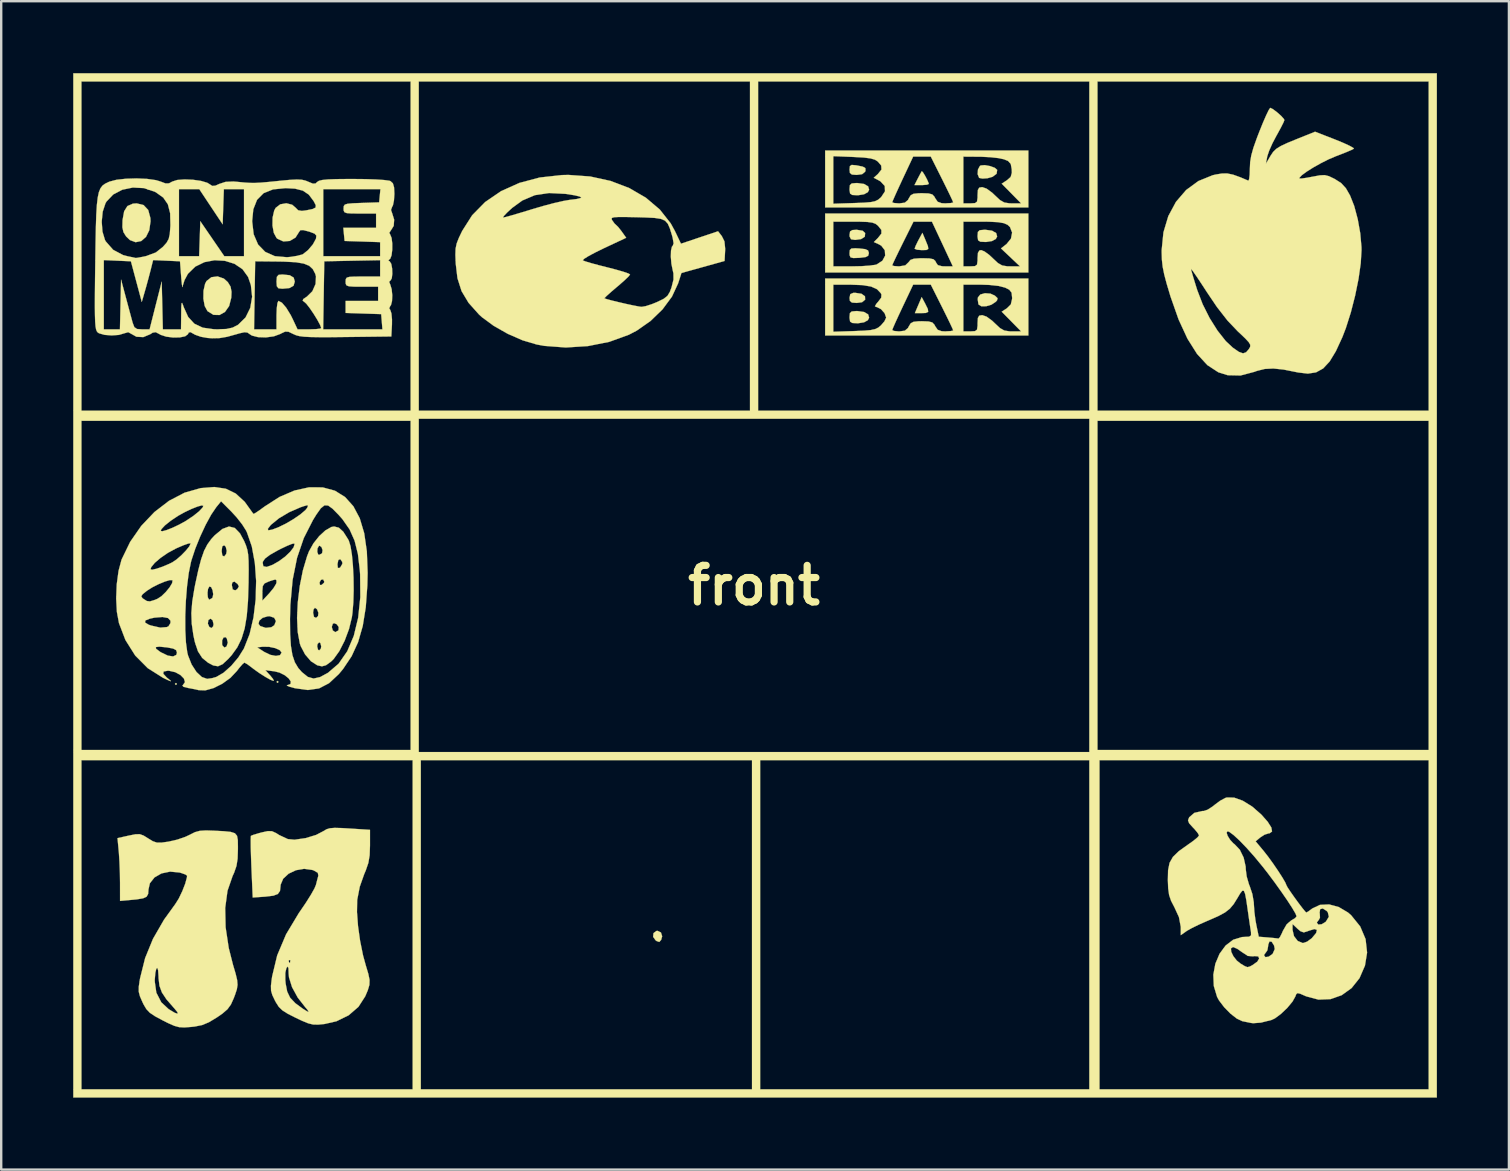
<source format=kicad_pcb>
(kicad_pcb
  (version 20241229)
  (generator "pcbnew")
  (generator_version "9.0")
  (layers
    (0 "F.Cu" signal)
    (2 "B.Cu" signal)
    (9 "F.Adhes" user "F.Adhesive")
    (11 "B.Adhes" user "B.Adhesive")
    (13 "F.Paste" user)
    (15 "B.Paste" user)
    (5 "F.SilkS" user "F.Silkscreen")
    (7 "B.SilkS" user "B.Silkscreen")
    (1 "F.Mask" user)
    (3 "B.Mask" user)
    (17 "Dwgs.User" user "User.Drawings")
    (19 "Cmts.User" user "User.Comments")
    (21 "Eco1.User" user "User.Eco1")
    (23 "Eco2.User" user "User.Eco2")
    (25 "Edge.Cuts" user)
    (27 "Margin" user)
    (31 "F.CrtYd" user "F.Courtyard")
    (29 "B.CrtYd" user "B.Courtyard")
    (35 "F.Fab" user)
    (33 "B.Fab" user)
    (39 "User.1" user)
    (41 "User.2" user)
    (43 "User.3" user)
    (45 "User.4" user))
  (footprint "front"
    (layer "F.Cu")
    (at 28.368 21.341)
    (property "Reference" "front" (at 0 0 0) (layer "F.SilkS") (effects (font (size 1.524 1.524) (thickness 0.3))))
    (attr through_hole)
    (fp_poly (pts (xy -24.045 4.106) (xy -24.088 4.149) (xy -24.13 4.106) (xy -24.088 4.064) (xy -24.045 4.106)) (stroke (width 0.01) (type solid)) (fill yes) (layer "F.SilkS"))
    (fp_poly (pts (xy -19.812 4.022) (xy -19.854 4.064) (xy -19.897 4.022) (xy -19.854 3.979) (xy -19.812 4.022)) (stroke (width 0.01) (type solid)) (fill yes) (layer "F.SilkS"))
    (fp_poly (pts (xy 7.13 -11.742) (xy 7.242 -11.514) (xy 7.255 -11.396) (xy 7.157 -11.351) (xy 6.991 -11.345) (xy 6.701 -11.345) (xy 6.843 -11.679) (xy 6.985 -12.012) (xy 7.13 -11.742)) (stroke (width 0.01) (type solid)) (fill yes) (layer "F.SilkS"))
    (fp_poly (pts (xy -3.879 14.461) (xy -3.828 14.62) (xy -3.87 14.77) (xy -3.948 14.857) (xy -4.06 14.818) (xy -4.103 14.787) (xy -4.205 14.642) (xy -4.19 14.49) (xy -4.072 14.399) (xy -4.022 14.393) (xy -3.879 14.461)) (stroke (width 0.01) (type solid)) (fill yes) (layer "F.SilkS"))
    (fp_poly (pts (xy 4.478 -12.151) (xy 4.623 -12.045) (xy 4.629 -11.904) (xy 4.5 -11.798) (xy 4.278 -11.769) (xy 4.077 -11.784) (xy 3.994 -11.854) (xy 3.979 -11.98) (xy 4.01 -12.136) (xy 4.135 -12.188) (xy 4.212 -12.191) (xy 4.478 -12.151)) (stroke (width 0.01) (type solid)) (fill yes) (layer "F.SilkS"))
    (fp_poly (pts (xy 4.529 -14.776) (xy 4.629 -14.681) (xy 4.616 -14.53) (xy 4.461 -14.429) (xy 4.212 -14.395) (xy 4.041 -14.421) (xy 3.982 -14.535) (xy 3.979 -14.605) (xy 4.001 -14.748) (xy 4.1 -14.806) (xy 4.278 -14.817) (xy 4.529 -14.776)) (stroke (width 0.01) (type solid)) (fill yes) (layer "F.SilkS"))
    (fp_poly (pts (xy -19.346 -12.923) (xy -19.181 -12.824) (xy -19.135 -12.658) (xy -19.188 -12.483) (xy -19.36 -12.388) (xy -19.65 -12.361) (xy -19.816 -12.379) (xy -19.884 -12.464) (xy -19.897 -12.658) (xy -19.882 -12.857) (xy -19.811 -12.939) (xy -19.65 -12.954) (xy -19.346 -12.923)) (stroke (width 0.01) (type solid)) (fill yes) (layer "F.SilkS"))
    (fp_poly (pts (xy 4.255 -17.503) (xy 4.286 -17.498) (xy 4.531 -17.448) (xy 4.639 -17.386) (xy 4.645 -17.286) (xy 4.627 -17.233) (xy 4.502 -17.133) (xy 4.278 -17.103) (xy 4.077 -17.118) (xy 3.994 -17.187) (xy 3.979 -17.325) (xy 3.994 -17.47) (xy 4.069 -17.52) (xy 4.255 -17.503)) (stroke (width 0.01) (type solid)) (fill yes) (layer "F.SilkS"))
    (fp_poly (pts (xy 7.037 -17.213) (xy 7.123 -17.074) (xy 7.213 -16.904) (xy 7.273 -16.764) (xy 7.281 -16.726) (xy 7.207 -16.695) (xy 7.023 -16.68) (xy 6.983 -16.679) (xy 6.684 -16.679) (xy 6.824 -16.954) (xy 6.923 -17.143) (xy 6.985 -17.252) (xy 6.99 -17.259) (xy 7.037 -17.213)) (stroke (width 0.01) (type solid)) (fill yes) (layer "F.SilkS"))
    (fp_poly (pts (xy 7.148 -14.375) (xy 7.244 -14.138) (xy 7.261 -14.018) (xy 7.181 -13.975) (xy 6.99 -13.97) (xy 6.985 -13.97) (xy 6.79 -13.986) (xy 6.694 -14.025) (xy 6.692 -14.034) (xy 6.731 -14.143) (xy 6.824 -14.335) (xy 6.855 -14.393) (xy 7.015 -14.69) (xy 7.148 -14.375)) (stroke (width 0.01) (type solid)) (fill yes) (layer "F.SilkS"))
    (fp_poly (pts (xy 9.849 -12.157) (xy 10.033 -12.074) (xy 10.147 -11.967) (xy 10.125 -11.875) (xy 10.074 -11.818) (xy 9.889 -11.695) (xy 9.667 -11.629) (xy 9.468 -11.63) (xy 9.353 -11.705) (xy 9.35 -11.711) (xy 9.32 -11.91) (xy 9.328 -11.997) (xy 9.426 -12.119) (xy 9.62 -12.174) (xy 9.849 -12.157)) (stroke (width 0.01) (type solid)) (fill yes) (layer "F.SilkS"))
    (fp_poly (pts (xy 4.584 -16.726) (xy 4.755 -16.626) (xy 4.795 -16.485) (xy 4.741 -16.383) (xy 4.584 -16.296) (xy 4.337 -16.256) (xy 4.308 -16.256) (xy 4.095 -16.267) (xy 4.002 -16.325) (xy 3.98 -16.468) (xy 3.979 -16.51) (xy 3.993 -16.675) (xy 4.068 -16.747) (xy 4.253 -16.764) (xy 4.308 -16.764) (xy 4.584 -16.726)) (stroke (width 0.01) (type solid)) (fill yes) (layer "F.SilkS"))
    (fp_poly (pts (xy 4.584 -11.392) (xy 4.755 -11.292) (xy 4.795 -11.151) (xy 4.741 -11.049) (xy 4.584 -10.962) (xy 4.337 -10.922) (xy 4.308 -10.922) (xy 4.095 -10.933) (xy 4.002 -10.991) (xy 3.98 -11.134) (xy 3.979 -11.176) (xy 3.993 -11.341) (xy 4.068 -11.413) (xy 4.253 -11.43) (xy 4.308 -11.43) (xy 4.584 -11.392)) (stroke (width 0.01) (type solid)) (fill yes) (layer "F.SilkS"))
    (fp_poly (pts (xy 9.835 -17.471) (xy 10.031 -17.399) (xy 10.131 -17.313) (xy 10.131 -17.313) (xy 10.106 -17.15) (xy 9.937 -17.024) (xy 9.73 -16.965) (xy 9.518 -16.95) (xy 9.384 -16.977) (xy 9.377 -16.982) (xy 9.316 -17.135) (xy 9.33 -17.328) (xy 9.409 -17.475) (xy 9.445 -17.497) (xy 9.615 -17.511) (xy 9.835 -17.471)) (stroke (width 0.01) (type solid)) (fill yes) (layer "F.SilkS"))
    (fp_poly (pts (xy 9.918 -14.779) (xy 10.089 -14.679) (xy 10.129 -14.537) (xy 10.075 -14.436) (xy 9.918 -14.348) (xy 9.671 -14.309) (xy 9.642 -14.309) (xy 9.429 -14.32) (xy 9.336 -14.378) (xy 9.314 -14.521) (xy 9.313 -14.563) (xy 9.327 -14.727) (xy 9.402 -14.799) (xy 9.587 -14.816) (xy 9.642 -14.817) (xy 9.918 -14.779)) (stroke (width 0.01) (type solid)) (fill yes) (layer "F.SilkS"))
    (fp_poly (pts (xy 4.381 -14.038) (xy 4.629 -14.011) (xy 4.75 -13.957) (xy 4.783 -13.857) (xy 4.784 -13.843) (xy 4.757 -13.737) (xy 4.647 -13.679) (xy 4.415 -13.65) (xy 4.381 -13.648) (xy 4.139 -13.639) (xy 4.021 -13.667) (xy 3.983 -13.753) (xy 3.979 -13.843) (xy 3.991 -13.975) (xy 4.056 -14.036) (xy 4.218 -14.047) (xy 4.381 -14.038)) (stroke (width 0.01) (type solid)) (fill yes) (layer "F.SilkS"))
    (fp_poly (pts (xy -25.435 -15.847) (xy -25.242 -15.641) (xy -25.152 -15.307) (xy -25.146 -15.167) (xy -25.198 -14.798) (xy -25.335 -14.52) (xy -25.533 -14.348) (xy -25.766 -14.299) (xy -26.006 -14.389) (xy -26.164 -14.541) (xy -26.275 -14.719) (xy -26.319 -14.92) (xy -26.312 -15.214) (xy -26.31 -15.232) (xy -26.245 -15.588) (xy -26.109 -15.806) (xy -25.883 -15.905) (xy -25.722 -15.917) (xy -25.435 -15.847)) (stroke (width 0.01) (type solid)) (fill yes) (layer "F.SilkS"))
    (fp_poly (pts (xy -22.091 -12.784) (xy -21.926 -12.636) (xy -21.811 -12.448) (xy -21.771 -12.234) (xy -21.782 -11.986) (xy -21.871 -11.64) (xy -22.044 -11.394) (xy -22.271 -11.266) (xy -22.523 -11.272) (xy -22.772 -11.427) (xy -22.775 -11.43) (xy -22.889 -11.641) (xy -22.944 -11.945) (xy -22.939 -12.276) (xy -22.872 -12.569) (xy -22.813 -12.681) (xy -22.61 -12.841) (xy -22.352 -12.874) (xy -22.091 -12.784)) (stroke (width 0.01) (type solid)) (fill yes) (layer "F.SilkS"))
    (fp_poly (pts (xy 28.448 21.336) (xy -28.363 21.336) (xy -28.363 7.281) (xy -28.025 7.281) (xy -28.025 20.997) (xy -14.224 20.997) (xy -14.224 7.281) (xy -13.885 7.281) (xy -13.885 20.997) (xy -0.085 20.997) (xy -0.085 7.281) (xy 0.254 7.281) (xy 0.254 20.997) (xy 13.97 20.997) (xy 13.97 7.281) (xy 14.393 7.281) (xy 14.393 20.997) (xy 28.109 20.997) (xy 28.109 7.281) (xy 14.393 7.281) (xy 13.97 7.281) (xy 0.254 7.281) (xy -0.085 7.281) (xy -13.885 7.281) (xy -14.224 7.281) (xy -28.025 7.281) (xy -28.363 7.281) (xy -28.363 -6.858) (xy -28.025 -6.858) (xy -28.025 6.858) (xy -14.309 6.858) (xy -14.309 -6.858) (xy -28.025 -6.858) (xy -28.363 -6.858) (xy -28.363 -6.943) (xy -13.97 -6.943) (xy -13.97 6.943) (xy 13.97 6.943) (xy 13.97 -6.858) (xy 14.309 -6.858) (xy 14.309 6.858) (xy 28.109 6.858) (xy 28.109 -6.858) (xy 14.309 -6.858) (xy 13.97 -6.858) (xy 13.97 -6.943) (xy -13.97 -6.943) (xy -28.363 -6.943) (xy -28.363 -20.997) (xy -28.025 -20.997) (xy -28.025 -7.281) (xy -14.309 -7.281) (xy -14.309 -20.997) (xy -13.97 -20.997) (xy -13.97 -7.281) (xy -0.169 -7.281) (xy -0.169 -20.997) (xy 0.169 -20.997) (xy 0.169 -7.281) (xy 13.97 -7.281) (xy 13.97 -20.997) (xy 14.309 -20.997) (xy 14.309 -7.281) (xy 28.109 -7.281) (xy 28.109 -20.997) (xy 14.309 -20.997) (xy 13.97 -20.997) (xy 0.169 -20.997) (xy -0.169 -20.997) (xy -13.97 -20.997) (xy -14.309 -20.997) (xy -28.025 -20.997) (xy -28.363 -20.997) (xy -28.363 -21.336) (xy 28.448 -21.336) (xy 28.448 21.336)) (stroke (width 0.01) (type solid)) (fill yes) (layer "F.SilkS"))
    (fp_poly (pts (xy 11.43 -13.039) (xy 2.963 -13.039) (xy 2.963 -15.155) (xy 3.302 -15.155) (xy 3.302 -13.293) (xy 4.101 -13.293) (xy 4.477 -13.301) (xy 4.81 -13.324) (xy 4.886 -13.334) (xy 5.757 -13.334) (xy 5.832 -13.307) (xy 6.015 -13.293) (xy 6.051 -13.293) (xy 6.302 -13.335) (xy 6.435 -13.462) (xy 6.517 -13.561) (xy 6.661 -13.612) (xy 6.913 -13.63) (xy 7.025 -13.631) (xy 7.313 -13.623) (xy 7.475 -13.589) (xy 7.555 -13.516) (xy 7.578 -13.462) (xy 7.659 -13.344) (xy 7.835 -13.297) (xy 7.957 -13.293) (xy 8.283 -13.293) (xy 7.848 -14.224) (xy 7.412 -15.155) (xy 8.721 -15.155) (xy 8.721 -13.293) (xy 9.017 -13.293) (xy 9.207 -13.303) (xy 9.291 -13.366) (xy 9.313 -13.531) (xy 9.313 -13.631) (xy 9.329 -13.856) (xy 9.39 -13.955) (xy 9.465 -13.97) (xy 9.606 -13.912) (xy 9.806 -13.765) (xy 9.948 -13.631) (xy 10.162 -13.431) (xy 10.339 -13.33) (xy 10.551 -13.295) (xy 10.68 -13.293) (xy 11.081 -13.293) (xy 10.685 -13.667) (xy 10.289 -14.041) (xy 10.521 -14.223) (xy 10.705 -14.449) (xy 10.753 -14.7) (xy 10.664 -14.93) (xy 10.564 -15.024) (xy 10.41 -15.092) (xy 10.165 -15.134) (xy 9.797 -15.153) (xy 9.548 -15.155) (xy 8.721 -15.155) (xy 7.412 -15.155) (xy 6.643 -15.155) (xy 6.2 -14.265) (xy 6.027 -13.914) (xy 5.885 -13.62) (xy 5.79 -13.416) (xy 5.757 -13.334) (xy 4.886 -13.334) (xy 5.048 -13.356) (xy 5.112 -13.373) (xy 5.349 -13.529) (xy 5.463 -13.74) (xy 5.449 -13.963) (xy 5.302 -14.153) (xy 5.204 -14.21) (xy 4.993 -14.306) (xy 5.163 -14.477) (xy 5.306 -14.658) (xy 5.305 -14.81) (xy 5.165 -14.986) (xy 5.064 -15.065) (xy 4.93 -15.115) (xy 4.724 -15.143) (xy 4.409 -15.154) (xy 4.149 -15.155) (xy 3.302 -15.155) (xy 2.963 -15.155) (xy 2.963 -15.494) (xy 11.43 -15.494) (xy 11.43 -13.039)) (stroke (width 0.01) (type solid)) (fill yes) (layer "F.SilkS"))
    (fp_poly (pts (xy -21.635 -2.393) (xy -21.418 -2.167) (xy -21.244 -1.845) (xy -21.166 -1.658) (xy -21.112 -1.482) (xy -21.078 -1.282) (xy -21.061 -1.022) (xy -21.056 -0.667) (xy -21.061 -0.181) (xy -21.061 -0.127) (xy -21.085 0.647) (xy -21.137 1.278) (xy -21.224 1.794) (xy -21.353 2.219) (xy -21.53 2.58) (xy -21.763 2.904) (xy -21.912 3.069) (xy -22.145 3.284) (xy -22.335 3.37) (xy -22.535 3.335) (xy -22.75 3.221) (xy -22.993 3.022) (xy -23.17 2.747) (xy -23.268 2.456) (xy -22.164 2.456) (xy -22.15 2.503) (xy -22.068 2.59) (xy -21.979 2.545) (xy -21.93 2.398) (xy -21.929 2.371) (xy -21.969 2.21) (xy -22.014 2.159) (xy -22.105 2.172) (xy -22.163 2.291) (xy -22.164 2.456) (xy -23.268 2.456) (xy -23.3 2.358) (xy -23.36 2.078) (xy -23.428 1.604) (xy -23.429 1.59) (xy -22.758 1.59) (xy -22.697 1.731) (xy -22.609 1.778) (xy -22.537 1.707) (xy -22.521 1.614) (xy -22.56 1.452) (xy -22.648 1.386) (xy -22.735 1.442) (xy -22.758 1.59) (xy -23.429 1.59) (xy -23.445 1.156) (xy -23.408 0.677) (xy -23.35 0.325) (xy -22.773 0.325) (xy -22.759 0.496) (xy -22.709 0.59) (xy -22.696 0.593) (xy -22.582 0.531) (xy -22.561 0.503) (xy -22.534 0.369) (xy -22.56 0.203) (xy -22.619 0.073) (xy -22.693 0.044) (xy -22.693 0.044) (xy -22.751 0.15) (xy -22.773 0.325) (xy -23.35 0.325) (xy -23.315 0.11) (xy -23.29 -0.014) (xy -21.759 -0.014) (xy -21.721 0.169) (xy -21.617 0.206) (xy -21.533 0.157) (xy -21.464 0.043) (xy -21.515 -0.054) (xy -21.652 -0.161) (xy -21.74 -0.12) (xy -21.759 -0.014) (xy -23.29 -0.014) (xy -23.282 -0.054) (xy -23.155 -0.64) (xy -23.037 -1.09) (xy -22.916 -1.434) (xy -22.914 -1.439) (xy -22.183 -1.439) (xy -22.155 -1.245) (xy -22.077 -1.206) (xy -21.994 -1.309) (xy -21.971 -1.439) (xy -22.011 -1.607) (xy -22.077 -1.672) (xy -22.157 -1.628) (xy -22.183 -1.439) (xy -22.914 -1.439) (xy -22.78 -1.703) (xy -22.616 -1.93) (xy -22.47 -2.088) (xy -22.151 -2.352) (xy -21.877 -2.454) (xy -21.635 -2.393)) (stroke (width 0.01) (type solid)) (fill yes) (layer "F.SilkS"))
    (fp_poly (pts (xy 11.43 -15.748) (xy 2.963 -15.748) (xy 2.963 -15.902) (xy 3.302 -15.902) (xy 4.189 -15.931) (xy 4.592 -15.947) (xy 4.775 -15.962) (xy 5.757 -15.962) (xy 5.832 -15.933) (xy 6.015 -15.918) (xy 6.055 -15.917) (xy 6.283 -15.947) (xy 6.413 -16.058) (xy 6.45 -16.129) (xy 6.527 -16.254) (xy 6.645 -16.317) (xy 6.855 -16.339) (xy 7 -16.341) (xy 7.272 -16.331) (xy 7.427 -16.29) (xy 7.516 -16.197) (xy 7.551 -16.129) (xy 7.652 -15.984) (xy 7.817 -15.925) (xy 7.972 -15.917) (xy 8.721 -15.917) (xy 9.017 -15.917) (xy 9.207 -15.928) (xy 9.291 -15.991) (xy 9.313 -16.156) (xy 9.313 -16.256) (xy 9.326 -16.475) (xy 9.381 -16.572) (xy 9.506 -16.595) (xy 9.508 -16.595) (xy 9.69 -16.531) (xy 9.924 -16.36) (xy 10.033 -16.256) (xy 10.249 -16.054) (xy 10.428 -15.953) (xy 10.641 -15.919) (xy 10.745 -15.917) (xy 11.127 -15.917) (xy 10.723 -16.328) (xy 10.319 -16.738) (xy 10.541 -16.883) (xy 10.692 -17.017) (xy 10.741 -17.19) (xy 10.736 -17.341) (xy 10.696 -17.56) (xy 10.586 -17.682) (xy 10.414 -17.754) (xy 10.186 -17.803) (xy 9.855 -17.84) (xy 9.484 -17.859) (xy 9.419 -17.86) (xy 8.721 -17.865) (xy 8.721 -15.917) (xy 7.972 -15.917) (xy 8.179 -15.927) (xy 8.291 -15.953) (xy 8.297 -15.961) (xy 8.262 -16.049) (xy 8.164 -16.258) (xy 8.019 -16.556) (xy 7.842 -16.914) (xy 7.831 -16.935) (xy 7.365 -17.865) (xy 6.629 -17.865) (xy 6.193 -16.936) (xy 6.025 -16.574) (xy 5.887 -16.27) (xy 5.793 -16.056) (xy 5.757 -15.963) (xy 5.757 -15.962) (xy 4.775 -15.962) (xy 4.864 -15.969) (xy 5.043 -16.007) (xy 5.17 -16.069) (xy 5.281 -16.164) (xy 5.299 -16.182) (xy 5.456 -16.42) (xy 5.446 -16.641) (xy 5.271 -16.831) (xy 5.197 -16.875) (xy 4.987 -16.985) (xy 5.161 -17.141) (xy 5.309 -17.326) (xy 5.299 -17.493) (xy 5.159 -17.658) (xy 5.038 -17.737) (xy 4.857 -17.79) (xy 4.581 -17.826) (xy 4.173 -17.849) (xy 4.143 -17.851) (xy 3.302 -17.884) (xy 3.302 -15.902) (xy 2.963 -15.902) (xy 2.963 -18.119) (xy 11.43 -18.119) (xy 11.43 -15.748)) (stroke (width 0.01) (type solid)) (fill yes) (layer "F.SilkS"))
    (fp_poly (pts (xy 11.43 -10.414) (xy 2.963 -10.414) (xy 2.963 -10.568) (xy 3.302 -10.568) (xy 4.184 -10.597) (xy 4.59 -10.614) (xy 4.862 -10.638) (xy 5.757 -10.638) (xy 5.832 -10.602) (xy 6.015 -10.584) (xy 6.055 -10.583) (xy 6.283 -10.613) (xy 6.413 -10.724) (xy 6.45 -10.795) (xy 6.527 -10.92) (xy 6.645 -10.983) (xy 6.855 -11.005) (xy 7 -11.007) (xy 7.272 -10.997) (xy 7.427 -10.956) (xy 7.516 -10.863) (xy 7.551 -10.795) (xy 7.652 -10.65) (xy 7.817 -10.591) (xy 7.972 -10.583) (xy 8.179 -10.593) (xy 8.291 -10.619) (xy 8.297 -10.627) (xy 8.262 -10.715) (xy 8.164 -10.924) (xy 8.019 -11.222) (xy 7.842 -11.58) (xy 7.831 -11.601) (xy 7.365 -12.531) (xy 8.721 -12.531) (xy 8.721 -10.583) (xy 9.017 -10.583) (xy 9.207 -10.594) (xy 9.291 -10.657) (xy 9.313 -10.822) (xy 9.313 -10.922) (xy 9.326 -11.141) (xy 9.381 -11.238) (xy 9.506 -11.261) (xy 9.508 -11.261) (xy 9.69 -11.197) (xy 9.924 -11.026) (xy 10.033 -10.922) (xy 10.249 -10.72) (xy 10.428 -10.619) (xy 10.641 -10.585) (xy 10.745 -10.583) (xy 11.127 -10.583) (xy 10.723 -10.994) (xy 10.319 -11.404) (xy 10.536 -11.546) (xy 10.698 -11.706) (xy 10.752 -11.937) (xy 10.753 -11.987) (xy 10.731 -12.197) (xy 10.632 -12.321) (xy 10.459 -12.408) (xy 10.192 -12.477) (xy 9.805 -12.519) (xy 9.443 -12.531) (xy 8.721 -12.531) (xy 7.365 -12.531) (xy 6.63 -12.531) (xy 6.194 -11.611) (xy 6.025 -11.251) (xy 5.886 -10.947) (xy 5.792 -10.732) (xy 5.757 -10.638) (xy 5.757 -10.638) (xy 4.862 -10.638) (xy 4.864 -10.638) (xy 5.047 -10.678) (xy 5.177 -10.742) (xy 5.285 -10.831) (xy 5.433 -11.003) (xy 5.502 -11.151) (xy 5.503 -11.163) (xy 5.439 -11.342) (xy 5.289 -11.51) (xy 5.118 -11.597) (xy 5.094 -11.599) (xy 5.036 -11.63) (xy 5.099 -11.737) (xy 5.168 -11.815) (xy 5.299 -11.987) (xy 5.308 -12.12) (xy 5.281 -12.175) (xy 5.123 -12.341) (xy 4.88 -12.451) (xy 4.524 -12.511) (xy 4.043 -12.529) (xy 3.302 -12.531) (xy 3.302 -10.568) (xy 2.963 -10.568) (xy 2.963 -12.785) (xy 11.43 -12.785) (xy 11.43 -10.414)) (stroke (width 0.01) (type solid)) (fill yes) (layer "F.SilkS"))
    (fp_poly (pts (xy -17.299 -2.404) (xy -17.115 -2.237) (xy -16.92 -1.93) (xy -16.884 -1.863) (xy -16.813 -1.634) (xy -16.755 -1.275) (xy -16.713 -0.823) (xy -16.688 -0.317) (xy -16.682 0.206) (xy -16.696 0.708) (xy -16.732 1.149) (xy -16.757 1.329) (xy -16.876 1.818) (xy -17.057 2.303) (xy -17.278 2.736) (xy -17.516 3.068) (xy -17.62 3.17) (xy -17.833 3.326) (xy -18.004 3.373) (xy -18.199 3.329) (xy -18.203 3.327) (xy -18.464 3.159) (xy -18.707 2.875) (xy -18.883 2.54) (xy -18.203 2.54) (xy -18.168 2.678) (xy -18.119 2.709) (xy -18.05 2.638) (xy -18.034 2.54) (xy -18.069 2.402) (xy -18.119 2.371) (xy -18.187 2.442) (xy -18.203 2.54) (xy -18.883 2.54) (xy -18.889 2.527) (xy -18.925 2.422) (xy -19.013 1.946) (xy -19.023 1.731) (xy -17.594 1.731) (xy -17.552 1.876) (xy -17.452 1.947) (xy -17.449 1.947) (xy -17.332 1.885) (xy -17.312 1.859) (xy -17.306 1.735) (xy -17.386 1.62) (xy -17.497 1.574) (xy -17.551 1.599) (xy -17.594 1.731) (xy -19.023 1.731) (xy -19.04 1.358) (xy -19.031 1.143) (xy -18.373 1.143) (xy -18.336 1.311) (xy -18.249 1.353) (xy -18.166 1.278) (xy -18.151 1.142) (xy -18.208 0.996) (xy -18.297 0.931) (xy -18.354 1.004) (xy -18.373 1.143) (xy -19.031 1.143) (xy -19.01 0.704) (xy -18.928 0.027) (xy -18.898 -0.122) (xy -18.106 -0.122) (xy -18.085 -0.018) (xy -18.021 -0.018) (xy -17.917 -0.112) (xy -17.907 -0.155) (xy -17.953 -0.25) (xy -18.043 -0.233) (xy -18.106 -0.122) (xy -18.898 -0.122) (xy -18.798 -0.626) (xy -18.723 -0.879) (xy -17.357 -0.879) (xy -17.342 -0.73) (xy -17.28 -0.724) (xy -17.235 -0.758) (xy -17.153 -0.899) (xy -17.159 -0.98) (xy -17.242 -1.094) (xy -17.32 -1.059) (xy -17.357 -0.893) (xy -17.357 -0.879) (xy -18.723 -0.879) (xy -18.624 -1.212) (xy -18.554 -1.391) (xy -18.199 -1.391) (xy -18.156 -1.283) (xy -18.124 -1.27) (xy -18.008 -1.331) (xy -17.996 -1.347) (xy -17.978 -1.473) (xy -18.025 -1.6) (xy -18.105 -1.654) (xy -18.128 -1.646) (xy -18.19 -1.54) (xy -18.199 -1.391) (xy -18.554 -1.391) (xy -18.541 -1.423) (xy -18.358 -1.752) (xy -18.118 -2.054) (xy -17.858 -2.293) (xy -17.612 -2.433) (xy -17.497 -2.455) (xy -17.299 -2.404)) (stroke (width 0.01) (type solid)) (fill yes) (layer "F.SilkS"))
    (fp_poly (pts (xy -22.521 10.22) (xy -22.093 10.242) (xy -21.806 10.271) (xy -21.631 10.327) (xy -21.542 10.433) (xy -21.509 10.609) (xy -21.505 10.878) (xy -21.505 10.992) (xy -21.518 11.388) (xy -21.565 11.689) (xy -21.662 11.969) (xy -21.728 12.113) (xy -21.939 12.724) (xy -22.035 13.44) (xy -22.018 14.242) (xy -21.887 15.109) (xy -21.711 15.803) (xy -21.6 16.18) (xy -21.537 16.445) (xy -21.521 16.644) (xy -21.549 16.829) (xy -21.621 17.047) (xy -21.679 17.201) (xy -21.796 17.462) (xy -21.939 17.659) (xy -22.152 17.843) (xy -22.378 17.999) (xy -22.71 18.2) (xy -22.993 18.318) (xy -23.305 18.381) (xy -23.453 18.397) (xy -23.735 18.418) (xy -23.95 18.407) (xy -24.157 18.351) (xy -24.415 18.237) (xy -24.641 18.123) (xy -24.965 17.949) (xy -25.177 17.806) (xy -25.32 17.655) (xy -25.436 17.459) (xy -25.481 17.365) (xy -25.587 17.121) (xy -25.637 16.93) (xy -25.636 16.722) (xy -25.603 16.497) (xy -24.971 16.497) (xy -24.904 16.97) (xy -24.697 17.372) (xy -24.392 17.655) (xy -24.143 17.805) (xy -24.019 17.849) (xy -24.022 17.787) (xy -24.157 17.62) (xy -24.185 17.59) (xy -24.483 17.247) (xy -24.672 16.961) (xy -24.774 16.684) (xy -24.811 16.368) (xy -24.813 16.285) (xy -24.83 16.035) (xy -24.865 15.936) (xy -24.906 15.976) (xy -24.945 16.138) (xy -24.968 16.409) (xy -24.971 16.497) (xy -25.603 16.497) (xy -25.593 16.43) (xy -25.58 16.362) (xy -25.371 15.527) (xy -25.044 14.727) (xy -24.584 13.929) (xy -24.114 13.278) (xy -23.969 13.047) (xy -23.823 12.742) (xy -23.701 12.429) (xy -23.631 12.17) (xy -23.623 12.096) (xy -23.696 12.044) (xy -23.878 11.98) (xy -23.939 11.963) (xy -24.331 11.926) (xy -24.69 12.001) (xy -24.982 12.169) (xy -25.173 12.412) (xy -25.231 12.667) (xy -25.245 12.853) (xy -25.309 12.97) (xy -25.457 13.039) (xy -25.724 13.083) (xy -25.914 13.101) (xy -26.416 13.147) (xy -26.417 12.394) (xy -26.423 11.964) (xy -26.441 11.516) (xy -26.465 11.137) (xy -26.47 11.086) (xy -26.522 10.53) (xy -26.051 10.425) (xy -25.775 10.37) (xy -25.593 10.366) (xy -25.434 10.424) (xy -25.248 10.54) (xy -25.052 10.659) (xy -24.889 10.715) (xy -24.693 10.718) (xy -24.399 10.677) (xy -24.388 10.675) (xy -24.035 10.594) (xy -23.69 10.475) (xy -23.508 10.389) (xy -23.296 10.282) (xy -23.091 10.226) (xy -22.831 10.21) (xy -22.521 10.22)) (stroke (width 0.01) (type solid)) (fill yes) (layer "F.SilkS"))
    (fp_poly (pts (xy -17.175 10.111) (xy -16.856 10.13) (xy -16.002 10.185) (xy -16.002 10.838) (xy -16.016 11.242) (xy -16.07 11.563) (xy -16.181 11.886) (xy -16.244 12.032) (xy -16.428 12.554) (xy -16.532 13.088) (xy -16.536 13.131) (xy -16.544 13.611) (xy -16.501 14.191) (xy -16.414 14.811) (xy -16.292 15.414) (xy -16.177 15.833) (xy -16.071 16.187) (xy -16.02 16.438) (xy -16.027 16.646) (xy -16.092 16.866) (xy -16.2 17.121) (xy -16.483 17.56) (xy -16.892 17.913) (xy -17.399 18.161) (xy -17.897 18.275) (xy -18.165 18.301) (xy -18.373 18.296) (xy -18.576 18.247) (xy -18.831 18.142) (xy -19.093 18.018) (xy -19.429 17.848) (xy -19.651 17.707) (xy -19.802 17.561) (xy -19.922 17.373) (xy -19.964 17.294) (xy -20.071 17.07) (xy -20.124 16.887) (xy -20.129 16.682) (xy -20.101 16.443) (xy -19.53 16.443) (xy -19.516 16.592) (xy -19.452 16.924) (xy -19.329 17.181) (xy -19.112 17.409) (xy -18.798 17.64) (xy -18.612 17.755) (xy -18.554 17.762) (xy -18.625 17.66) (xy -18.688 17.59) (xy -19.013 17.174) (xy -19.249 16.742) (xy -19.376 16.338) (xy -19.391 16.176) (xy -19.399 15.953) (xy -19.425 15.88) (xy -19.477 15.934) (xy -19.484 15.945) (xy -19.53 16.136) (xy -19.53 16.443) (xy -20.101 16.443) (xy -20.094 16.391) (xy -20.079 16.291) (xy -19.928 15.663) (xy -19.389 15.663) (xy -19.358 15.733) (xy -19.332 15.72) (xy -19.322 15.619) (xy -19.332 15.607) (xy -19.383 15.619) (xy -19.389 15.663) (xy -19.928 15.663) (xy -19.868 15.415) (xy -19.499 14.54) (xy -18.968 13.654) (xy -18.899 13.555) (xy -18.662 13.206) (xy -18.461 12.885) (xy -18.316 12.627) (xy -18.254 12.479) (xy -18.196 12.25) (xy -18.154 12.094) (xy -18.176 11.976) (xy -18.34 11.88) (xy -18.407 11.856) (xy -18.745 11.809) (xy -19.087 11.868) (xy -19.392 12.012) (xy -19.618 12.22) (xy -19.725 12.472) (xy -19.729 12.524) (xy -19.752 12.731) (xy -19.841 12.858) (xy -20.029 12.929) (xy -20.351 12.967) (xy -20.371 12.969) (xy -20.888 13.005) (xy -20.943 11.738) (xy -20.959 11.293) (xy -20.97 10.912) (xy -20.972 10.624) (xy -20.967 10.461) (xy -20.962 10.435) (xy -20.867 10.396) (xy -20.661 10.333) (xy -20.518 10.294) (xy -20.261 10.238) (xy -20.086 10.242) (xy -19.912 10.321) (xy -19.783 10.403) (xy -19.426 10.57) (xy -19.148 10.597) (xy -18.679 10.529) (xy -18.247 10.397) (xy -17.936 10.235) (xy -17.813 10.161) (xy -17.672 10.119) (xy -17.472 10.103) (xy -17.175 10.111)) (stroke (width 0.01) (type solid)) (fill yes) (layer "F.SilkS"))
    (fp_poly (pts (xy 21.619 -19.844) (xy 21.786 -19.719) (xy 21.956 -19.568) (xy 22.074 -19.438) (xy 22.098 -19.389) (xy 22.059 -19.287) (xy 21.954 -19.079) (xy 21.806 -18.807) (xy 21.768 -18.74) (xy 21.599 -18.419) (xy 21.463 -18.112) (xy 21.385 -17.881) (xy 21.382 -17.865) (xy 21.326 -17.568) (xy 21.522 -17.902) (xy 21.629 -18.062) (xy 21.759 -18.189) (xy 21.948 -18.307) (xy 22.232 -18.44) (xy 22.546 -18.569) (xy 23.376 -18.903) (xy 24.216 -18.576) (xy 24.552 -18.438) (xy 24.812 -18.318) (xy 24.967 -18.231) (xy 24.995 -18.195) (xy 24.893 -18.143) (xy 24.672 -18.049) (xy 24.373 -17.931) (xy 24.239 -17.88) (xy 23.938 -17.752) (xy 23.615 -17.589) (xy 23.3 -17.412) (xy 23.025 -17.239) (xy 22.823 -17.09) (xy 22.725 -16.985) (xy 22.726 -16.954) (xy 22.819 -16.954) (xy 23.029 -16.984) (xy 23.281 -17.031) (xy 23.578 -17.086) (xy 23.779 -17.095) (xy 23.955 -17.05) (xy 24.177 -16.943) (xy 24.2 -16.931) (xy 24.466 -16.76) (xy 24.661 -16.547) (xy 24.834 -16.246) (xy 25.008 -15.805) (xy 25.154 -15.257) (xy 25.259 -14.667) (xy 25.309 -14.096) (xy 25.311 -13.97) (xy 25.279 -13.423) (xy 25.187 -12.774) (xy 25.045 -12.073) (xy 24.865 -11.371) (xy 24.658 -10.719) (xy 24.511 -10.339) (xy 24.242 -9.757) (xy 23.982 -9.328) (xy 23.713 -9.039) (xy 23.417 -8.876) (xy 23.076 -8.824) (xy 22.672 -8.871) (xy 22.609 -8.884) (xy 22.067 -8.992) (xy 21.639 -9.037) (xy 21.282 -9.019) (xy 20.955 -8.938) (xy 20.846 -8.898) (xy 20.272 -8.746) (xy 19.736 -8.757) (xy 19.346 -8.879) (xy 18.887 -9.179) (xy 18.458 -9.645) (xy 18.059 -10.278) (xy 17.69 -11.077) (xy 17.35 -12.043) (xy 17.344 -12.065) (xy 17.193 -12.569) (xy 17.09 -12.957) (xy 17.044 -13.188) (xy 18.205 -13.188) (xy 18.229 -13.086) (xy 18.294 -12.86) (xy 18.39 -12.547) (xy 18.466 -12.304) (xy 18.692 -11.716) (xy 18.982 -11.139) (xy 19.312 -10.614) (xy 19.655 -10.18) (xy 19.948 -9.906) (xy 20.202 -9.73) (xy 20.375 -9.668) (xy 20.504 -9.715) (xy 20.614 -9.842) (xy 20.67 -9.936) (xy 20.676 -10.022) (xy 20.615 -10.13) (xy 20.468 -10.289) (xy 20.217 -10.528) (xy 20.157 -10.583) (xy 19.731 -11.03) (xy 19.291 -11.594) (xy 18.887 -12.192) (xy 18.65 -12.556) (xy 18.449 -12.858) (xy 18.299 -13.074) (xy 18.216 -13.182) (xy 18.205 -13.188) (xy 17.044 -13.188) (xy 17.026 -13.274) (xy 16.994 -13.564) (xy 16.984 -13.871) (xy 16.984 -13.97) (xy 17.058 -14.711) (xy 17.261 -15.387) (xy 17.58 -15.981) (xy 18.003 -16.474) (xy 18.516 -16.849) (xy 19.107 -17.089) (xy 19.235 -17.119) (xy 19.495 -17.162) (xy 19.722 -17.163) (xy 19.965 -17.112) (xy 20.272 -17.001) (xy 20.595 -16.863) (xy 20.628 -16.925) (xy 20.651 -17.113) (xy 20.659 -17.366) (xy 20.671 -17.639) (xy 20.717 -17.913) (xy 20.806 -18.232) (xy 20.95 -18.638) (xy 21.05 -18.897) (xy 21.202 -19.274) (xy 21.338 -19.586) (xy 21.443 -19.803) (xy 21.505 -19.895) (xy 21.509 -19.897) (xy 21.619 -19.844)) (stroke (width 0.01) (type solid)) (fill yes) (layer "F.SilkS"))
    (fp_poly (pts (xy -6.829 -17.038) (xy -5.977 -16.852) (xy -5.197 -16.554) (xy -4.507 -16.153) (xy -3.926 -15.66) (xy -3.472 -15.084) (xy -3.301 -14.772) (xy -3.045 -14.237) (xy -1.5 -14.755) (xy -1.342 -14.553) (xy -1.233 -14.334) (xy -1.203 -14.029) (xy -1.206 -13.934) (xy -1.228 -13.517) (xy -2.126 -13.267) (xy -3.024 -13.017) (xy -3.164 -12.583) (xy -3.419 -12.034) (xy -3.813 -11.501) (xy -4.313 -11.017) (xy -4.889 -10.614) (xy -5.215 -10.444) (xy -6.029 -10.149) (xy -6.922 -9.971) (xy -7.844 -9.912) (xy -8.744 -9.98) (xy -9.059 -10.038) (xy -9.648 -10.213) (xy -10.262 -10.482) (xy -10.844 -10.812) (xy -11.335 -11.173) (xy -11.463 -11.29) (xy -11.895 -11.774) (xy -12.186 -12.26) (xy -12.357 -12.797) (xy -12.429 -13.403) (xy -12.435 -13.546) (xy -7.138 -13.546) (xy -7.136 -13.544) (xy -7.032 -13.501) (xy -6.798 -13.43) (xy -6.47 -13.341) (xy -6.117 -13.252) (xy -5.743 -13.155) (xy -5.438 -13.067) (xy -5.234 -12.996) (xy -5.165 -12.955) (xy -5.225 -12.876) (xy -5.387 -12.719) (xy -5.62 -12.513) (xy -5.71 -12.438) (xy -5.955 -12.229) (xy -6.138 -12.065) (xy -6.229 -11.973) (xy -6.234 -11.963) (xy -6.139 -11.928) (xy -5.925 -11.87) (xy -5.637 -11.8) (xy -5.322 -11.727) (xy -5.027 -11.664) (xy -4.796 -11.62) (xy -4.688 -11.605) (xy -4.515 -11.635) (xy -4.255 -11.719) (xy -4.041 -11.806) (xy -3.77 -11.937) (xy -3.609 -12.062) (xy -3.506 -12.233) (xy -3.437 -12.421) (xy -3.356 -12.743) (xy -3.359 -13.003) (xy -3.387 -13.123) (xy -3.443 -13.4) (xy -3.467 -13.692) (xy -3.46 -13.948) (xy -3.42 -14.117) (xy -3.385 -14.154) (xy -3.352 -14.251) (xy -3.391 -14.485) (xy -3.425 -14.607) (xy -3.509 -14.878) (xy -3.593 -15.069) (xy -3.706 -15.195) (xy -3.879 -15.271) (xy -4.141 -15.311) (xy -4.521 -15.33) (xy -4.881 -15.34) (xy -5.333 -15.349) (xy -5.639 -15.35) (xy -5.826 -15.339) (xy -5.917 -15.313) (xy -5.936 -15.271) (xy -5.918 -15.224) (xy -5.813 -15.077) (xy -5.761 -15.03) (xy -5.661 -14.933) (xy -5.522 -14.758) (xy -5.504 -14.732) (xy -5.327 -14.484) (xy -6.265 -14.044) (xy -6.617 -13.871) (xy -6.898 -13.721) (xy -7.081 -13.607) (xy -7.138 -13.546) (xy -12.435 -13.546) (xy -12.444 -13.77) (xy -12.435 -14.031) (xy -12.39 -14.249) (xy -12.296 -14.487) (xy -12.158 -14.774) (xy -11.806 -15.326) (xy -10.46 -15.326) (xy -10.455 -15.325) (xy -10.348 -15.349) (xy -10.111 -15.414) (xy -9.775 -15.513) (xy -9.373 -15.634) (xy -9.229 -15.679) (xy -8.771 -15.813) (xy -8.33 -15.93) (xy -7.95 -16.017) (xy -7.677 -16.064) (xy -7.641 -16.068) (xy -7.393 -16.098) (xy -7.232 -16.138) (xy -7.197 -16.165) (xy -7.274 -16.205) (xy -7.48 -16.254) (xy -7.773 -16.302) (xy -7.853 -16.313) (xy -8.54 -16.348) (xy -9.132 -16.259) (xy -9.655 -16.037) (xy -10.081 -15.727) (xy -10.291 -15.533) (xy -10.426 -15.39) (xy -10.46 -15.326) (xy -11.806 -15.326) (xy -11.746 -15.421) (xy -11.203 -15.974) (xy -10.542 -16.426) (xy -9.78 -16.769) (xy -8.93 -16.995) (xy -8.006 -17.097) (xy -7.734 -17.103) (xy -6.829 -17.038)) (stroke (width 0.01) (type solid)) (fill yes) (layer "F.SilkS"))
    (fp_poly (pts (xy 19.998 8.841) (xy 20.364 8.972) (xy 20.757 9.216) (xy 21.133 9.544) (xy 21.403 9.85) (xy 21.555 10.09) (xy 21.583 10.254) (xy 21.482 10.329) (xy 21.442 10.332) (xy 21.272 10.386) (xy 21.096 10.499) (xy 20.899 10.664) (xy 21.236 11.068) (xy 21.424 11.308) (xy 21.632 11.596) (xy 21.837 11.896) (xy 22.013 12.17) (xy 22.136 12.381) (xy 22.183 12.493) (xy 22.229 12.582) (xy 22.348 12.761) (xy 22.51 12.992) (xy 22.687 13.234) (xy 22.849 13.447) (xy 22.968 13.592) (xy 23.011 13.631) (xy 23.094 13.585) (xy 23.249 13.471) (xy 23.26 13.462) (xy 23.581 13.311) (xy 23.961 13.293) (xy 24.362 13.401) (xy 24.747 13.629) (xy 24.878 13.742) (xy 25.257 14.211) (xy 25.48 14.736) (xy 25.543 15.3) (xy 25.455 15.841) (xy 25.228 16.364) (xy 24.897 16.779) (xy 24.485 17.075) (xy 24.018 17.239) (xy 23.517 17.259) (xy 23.007 17.123) (xy 22.97 17.107) (xy 22.752 17.012) (xy 22.64 16.989) (xy 22.587 17.039) (xy 22.558 17.121) (xy 22.435 17.342) (xy 22.219 17.602) (xy 21.959 17.85) (xy 21.705 18.039) (xy 21.562 18.107) (xy 21.119 18.218) (xy 20.795 18.242) (xy 20.701 18.23) (xy 20.474 18.184) (xy 20.339 18.156) (xy 20.114 18.049) (xy 19.848 17.841) (xy 19.586 17.573) (xy 19.372 17.29) (xy 19.293 17.145) (xy 19.156 16.69) (xy 19.137 16.22) (xy 19.221 15.763) (xy 19.396 15.349) (xy 19.559 15.127) (xy 19.87 15.127) (xy 19.883 15.266) (xy 19.97 15.448) (xy 20.112 15.63) (xy 20.268 15.756) (xy 20.453 15.867) (xy 20.56 15.906) (xy 20.657 15.88) (xy 20.77 15.82) (xy 20.966 15.68) (xy 21.046 15.549) (xy 21.009 15.459) (xy 20.851 15.445) (xy 20.794 15.457) (xy 20.577 15.439) (xy 20.539 15.414) (xy 21.251 15.414) (xy 21.308 15.489) (xy 21.44 15.47) (xy 21.59 15.367) (xy 21.61 15.346) (xy 21.696 15.152) (xy 21.668 15.007) (xy 21.568 14.847) (xy 21.474 14.837) (xy 21.423 14.975) (xy 21.421 15.023) (xy 21.389 15.203) (xy 21.336 15.282) (xy 21.255 15.391) (xy 21.251 15.414) (xy 20.539 15.414) (xy 20.342 15.288) (xy 20.145 15.148) (xy 19.98 15.074) (xy 19.952 15.071) (xy 19.87 15.127) (xy 19.559 15.127) (xy 19.648 15.006) (xy 19.964 14.764) (xy 20.331 14.652) (xy 20.421 14.647) (xy 20.627 14.637) (xy 20.708 14.583) (xy 20.706 14.448) (xy 20.701 14.415) (xy 20.67 14.216) (xy 20.625 13.913) (xy 20.576 13.569) (xy 20.573 13.547) (xy 20.512 13.123) (xy 20.461 12.854) (xy 20.409 12.725) (xy 20.345 12.721) (xy 20.258 12.83) (xy 20.144 13.023) (xy 19.985 13.279) (xy 19.824 13.471) (xy 19.623 13.628) (xy 19.342 13.78) (xy 18.944 13.955) (xy 18.883 13.98) (xy 18.548 14.128) (xy 18.246 14.275) (xy 18.035 14.394) (xy 18.013 14.41) (xy 17.78 14.574) (xy 17.78 14.228) (xy 17.703 13.82) (xy 17.517 13.416) (xy 17.376 13.143) (xy 17.294 12.902) (xy 17.255 12.621) (xy 17.242 12.281) (xy 17.251 11.869) (xy 17.313 11.561) (xy 17.453 11.312) (xy 17.695 11.077) (xy 18.062 10.814) (xy 18.304 10.643) (xy 18.476 10.501) (xy 18.542 10.418) (xy 18.542 10.418) (xy 18.487 10.316) (xy 18.474 10.3) (xy 19.689 10.3) (xy 19.733 10.435) (xy 19.836 10.6) (xy 19.971 10.747) (xy 20.024 10.787) (xy 20.238 11.012) (xy 20.4 11.342) (xy 20.484 11.717) (xy 20.489 11.836) (xy 20.527 12.129) (xy 20.62 12.452) (xy 20.657 12.543) (xy 20.763 12.861) (xy 20.822 13.202) (xy 20.826 13.288) (xy 20.846 13.593) (xy 20.893 13.956) (xy 20.929 14.151) (xy 21.03 14.639) (xy 21.416 14.67) (xy 21.657 14.692) (xy 21.821 14.711) (xy 21.852 14.717) (xy 21.911 14.656) (xy 21.998 14.484) (xy 22.035 14.395) (xy 22.061 14.351) (xy 22.437 14.351) (xy 22.497 14.613) (xy 22.652 14.814) (xy 22.859 14.901) (xy 22.877 14.901) (xy 23.044 14.844) (xy 23.232 14.706) (xy 23.245 14.694) (xy 23.42 14.483) (xy 23.452 14.354) (xy 23.348 14.319) (xy 23.114 14.39) (xy 23.075 14.407) (xy 22.906 14.459) (xy 22.766 14.409) (xy 22.647 14.308) (xy 22.437 14.11) (xy 22.437 14.351) (xy 22.061 14.351) (xy 22.19 14.126) (xy 22.266 14.06) (xy 23.453 14.06) (xy 23.512 14.133) (xy 23.651 14.119) (xy 23.808 14.025) (xy 23.828 14.006) (xy 23.951 13.806) (xy 23.906 13.618) (xy 23.859 13.564) (xy 23.697 13.461) (xy 23.586 13.491) (xy 23.565 13.64) (xy 23.571 13.668) (xy 23.58 13.844) (xy 23.538 13.927) (xy 23.456 14.036) (xy 23.453 14.06) (xy 22.266 14.06) (xy 22.382 13.96) (xy 22.387 13.958) (xy 22.546 13.863) (xy 22.606 13.786) (xy 22.557 13.667) (xy 22.424 13.44) (xy 22.224 13.132) (xy 21.976 12.772) (xy 21.699 12.384) (xy 21.41 11.997) (xy 21.195 11.722) (xy 20.86 11.315) (xy 20.531 10.945) (xy 20.23 10.632) (xy 19.978 10.4) (xy 19.797 10.267) (xy 19.731 10.245) (xy 19.689 10.3) (xy 18.474 10.3) (xy 18.349 10.151) (xy 18.285 10.085) (xy 18.128 9.911) (xy 18.082 9.79) (xy 18.128 9.668) (xy 18.133 9.661) (xy 18.345 9.478) (xy 18.678 9.401) (xy 18.742 9.399) (xy 18.9 9.345) (xy 19.109 9.21) (xy 19.189 9.145) (xy 19.416 8.975) (xy 19.634 8.858) (xy 19.69 8.839) (xy 19.998 8.841)) (stroke (width 0.01) (type solid)) (fill yes) (layer "F.SilkS"))
    (fp_poly (pts (xy -22.007 -4.028) (xy -21.595 -3.827) (xy -21.222 -3.483) (xy -20.863 -2.983) (xy -20.859 -2.977) (xy -20.788 -3.009) (xy -20.62 -3.121) (xy -20.39 -3.288) (xy -20.386 -3.291) (xy -19.769 -3.687) (xy -19.148 -3.953) (xy -18.544 -4.086) (xy -17.975 -4.084) (xy -17.462 -3.945) (xy -17.041 -3.683) (xy -16.694 -3.296) (xy -16.428 -2.795) (xy -16.242 -2.172) (xy -16.133 -1.417) (xy -16.1 -0.523) (xy -16.112 -0.004) (xy -16.178 0.912) (xy -16.304 1.692) (xy -16.498 2.364) (xy -16.768 2.952) (xy -17.124 3.483) (xy -17.3 3.695) (xy -17.705 4.073) (xy -18.125 4.292) (xy -18.589 4.359) (xy -19.125 4.285) (xy -19.135 4.283) (xy -19.357 4.221) (xy -19.468 4.175) (xy -19.452 4.158) (xy -19.315 4.109) (xy -19.302 4.006) (xy -19.39 3.875) (xy -19.554 3.742) (xy -19.77 3.634) (xy -19.982 3.581) (xy -20.362 3.533) (xy -20.157 3.756) (xy -20.041 3.9) (xy -20.011 3.976) (xy -20.02 3.979) (xy -20.144 3.934) (xy -20.356 3.816) (xy -20.608 3.656) (xy -20.851 3.483) (xy -20.94 3.413) (xy -21.112 3.285) (xy -21.226 3.221) (xy -21.237 3.219) (xy -21.315 3.283) (xy -21.454 3.443) (xy -21.548 3.566) (xy -21.817 3.852) (xy -22.156 4.096) (xy -22.519 4.278) (xy -22.863 4.374) (xy -23.144 4.364) (xy -23.156 4.36) (xy -23.289 4.329) (xy -23.513 4.286) (xy -23.574 4.276) (xy -23.776 4.225) (xy -23.818 4.17) (xy -23.798 4.153) (xy -23.711 4.03) (xy -23.755 3.881) (xy -23.9 3.734) (xy -24.114 3.617) (xy -24.37 3.558) (xy -24.43 3.556) (xy -24.601 3.588) (xy -24.614 3.682) (xy -24.471 3.838) (xy -24.405 3.891) (xy -24.3 3.978) (xy -24.309 3.994) (xy -24.445 3.937) (xy -24.628 3.849) (xy -25.263 3.448) (xy -25.785 2.922) (xy -26.006 2.571) (xy -24.926 2.571) (xy -24.915 2.641) (xy -24.75 2.765) (xy -24.711 2.789) (xy -24.428 2.925) (xy -24.205 2.96) (xy -24.071 2.895) (xy -24.045 2.802) (xy -24.079 2.699) (xy -24.205 2.632) (xy -24.461 2.583) (xy -24.474 2.582) (xy -24.78 2.552) (xy -24.926 2.571) (xy -26.006 2.571) (xy -26.192 2.276) (xy -26.461 1.572) (xy -26.466 1.545) (xy -25.375 1.545) (xy -25.225 1.637) (xy -25.125 1.672) (xy -24.739 1.76) (xy -24.467 1.737) (xy -24.397 1.703) (xy -24.316 1.569) (xy -24.315 1.472) (xy -24.418 1.36) (xy -24.649 1.317) (xy -24.98 1.344) (xy -25.174 1.386) (xy -25.359 1.46) (xy -25.375 1.545) (xy -26.466 1.545) (xy -26.518 1.264) (xy -23.699 1.264) (xy -23.698 1.855) (xy -23.671 2.377) (xy -23.615 2.79) (xy -23.585 2.915) (xy -23.434 3.296) (xy -23.232 3.608) (xy -23.007 3.818) (xy -22.787 3.895) (xy -22.575 3.864) (xy -22.404 3.814) (xy -22.104 3.639) (xy -21.783 3.352) (xy -21.484 2.997) (xy -21.251 2.624) (xy -21.235 2.582) (xy -20.701 2.582) (xy -20.405 2.773) (xy -20.156 2.893) (xy -19.924 2.938) (xy -19.752 2.907) (xy -19.685 2.799) (xy -19.761 2.698) (xy -19.952 2.613) (xy -20.205 2.56) (xy -20.466 2.555) (xy -20.477 2.556) (xy -20.701 2.582) (xy -21.235 2.582) (xy -21.018 2.03) (xy -20.918 1.602) (xy -20.647 1.602) (xy -20.574 1.694) (xy -20.345 1.77) (xy -20.114 1.744) (xy -19.99 1.662) (xy -19.921 1.487) (xy -19.968 1.397) (xy -19.335 1.397) (xy -19.329 2.03) (xy -19.297 2.523) (xy -19.234 2.905) (xy -19.134 3.202) (xy -18.989 3.444) (xy -18.839 3.614) (xy -18.592 3.813) (xy -18.353 3.881) (xy -18.08 3.82) (xy -17.753 3.642) (xy -17.31 3.263) (xy -16.95 2.746) (xy -16.677 2.103) (xy -16.494 1.346) (xy -16.405 0.487) (xy -16.414 -0.463) (xy -16.426 -0.635) (xy -16.506 -1.312) (xy -16.644 -1.864) (xy -16.853 -2.334) (xy -17.151 -2.76) (xy -17.316 -2.946) (xy -17.562 -3.196) (xy -17.745 -3.328) (xy -17.898 -3.336) (xy -18.052 -3.212) (xy -18.237 -2.951) (xy -18.38 -2.719) (xy -18.76 -1.972) (xy -19.041 -1.148) (xy -19.226 -0.227) (xy -19.32 0.812) (xy -19.335 1.397) (xy -19.968 1.397) (xy -19.994 1.348) (xy -20.179 1.285) (xy -20.259 1.287) (xy -20.475 1.351) (xy -20.614 1.469) (xy -20.647 1.602) (xy -20.918 1.602) (xy -20.856 1.337) (xy -20.765 0.583) (xy -20.757 0.241) (xy -20.487 0.241) (xy -20.487 0.283) (xy -20.485 0.635) (xy -20.191 0.319) (xy -20.021 0.112) (xy -19.915 -0.062) (xy -19.897 -0.126) (xy -19.902 -0.219) (xy -19.949 -0.245) (xy -20.084 -0.209) (xy -20.223 -0.161) (xy -20.394 -0.083) (xy -20.47 0.03) (xy -20.487 0.241) (xy -20.757 0.241) (xy -20.746 -0.188) (xy -20.8 -0.937) (xy -20.803 -0.953) (xy -20.474 -0.953) (xy -20.447 -0.799) (xy -20.306 -0.769) (xy -20.054 -0.86) (xy -19.792 -1.011) (xy -19.538 -1.198) (xy -19.326 -1.401) (xy -19.185 -1.585) (xy -19.145 -1.718) (xy -19.159 -1.746) (xy -19.25 -1.731) (xy -19.452 -1.65) (xy -19.726 -1.52) (xy -19.827 -1.468) (xy -20.169 -1.274) (xy -20.375 -1.119) (xy -20.466 -0.986) (xy -20.474 -0.953) (xy -20.803 -0.953) (xy -20.926 -1.623) (xy -21.127 -2.204) (xy -21.168 -2.289) (xy -21.21 -2.355) (xy -20.26 -2.355) (xy -20.239 -2.295) (xy -20.078 -2.324) (xy -19.831 -2.417) (xy -19.517 -2.569) (xy -19.193 -2.759) (xy -18.904 -2.957) (xy -18.696 -3.134) (xy -18.623 -3.225) (xy -18.583 -3.316) (xy -18.62 -3.34) (xy -18.766 -3.299) (xy -18.898 -3.254) (xy -19.365 -3.051) (xy -19.794 -2.797) (xy -20.123 -2.528) (xy -20.144 -2.506) (xy -20.26 -2.355) (xy -21.21 -2.355) (xy -21.327 -2.54) (xy -21.558 -2.835) (xy -21.779 -3.076) (xy -22.207 -3.504) (xy -22.41 -3.255) (xy -22.62 -2.945) (xy -22.851 -2.521) (xy -23.079 -2.032) (xy -23.282 -1.529) (xy -23.437 -1.06) (xy -23.461 -0.974) (xy -23.554 -0.515) (xy -23.625 0.038) (xy -23.674 0.644) (xy -23.699 1.264) (xy -26.518 1.264) (xy -26.548 1.105) (xy -26.578 0.544) (xy -26.574 0.457) (xy -25.532 0.457) (xy -25.483 0.529) (xy -25.438 0.564) (xy -25.299 0.651) (xy -25.17 0.667) (xy -24.986 0.611) (xy -24.86 0.56) (xy -24.692 0.451) (xy -24.511 0.276) (xy -24.35 0.08) (xy -24.245 -0.097) (xy -24.229 -0.21) (xy -24.234 -0.217) (xy -24.342 -0.221) (xy -24.549 -0.159) (xy -24.808 -0.052) (xy -25.07 0.08) (xy -25.288 0.218) (xy -25.3 0.227) (xy -25.477 0.37) (xy -25.532 0.457) (xy -26.574 0.457) (xy -26.554 -0.047) (xy -26.479 -0.604) (xy -26.461 -0.672) (xy -25.146 -0.672) (xy -25.076 -0.653) (xy -24.896 -0.694) (xy -24.645 -0.78) (xy -24.367 -0.898) (xy -24.237 -0.962) (xy -24.061 -1.081) (xy -23.862 -1.255) (xy -23.675 -1.448) (xy -23.535 -1.62) (xy -23.479 -1.735) (xy -23.486 -1.754) (xy -23.577 -1.742) (xy -23.78 -1.67) (xy -24.052 -1.553) (xy -24.091 -1.535) (xy -24.422 -1.356) (xy -24.726 -1.147) (xy -24.97 -0.939) (xy -25.118 -0.758) (xy -25.146 -0.672) (xy -26.461 -0.672) (xy -26.356 -1.065) (xy -26.348 -1.086) (xy -25.993 -1.817) (xy -25.676 -2.272) (xy -24.723 -2.272) (xy -24.655 -2.255) (xy -24.477 -2.304) (xy -24.228 -2.402) (xy -23.948 -2.535) (xy -23.675 -2.686) (xy -23.664 -2.693) (xy -23.362 -2.895) (xy -23.122 -3.088) (xy -22.975 -3.246) (xy -22.945 -3.316) (xy -23.013 -3.333) (xy -23.19 -3.284) (xy -23.439 -3.186) (xy -23.719 -3.053) (xy -23.992 -2.902) (xy -24.003 -2.895) (xy -24.305 -2.693) (xy -24.546 -2.5) (xy -24.693 -2.342) (xy -24.723 -2.272) (xy -25.676 -2.272) (xy -25.531 -2.481) (xy -24.984 -3.056) (xy -24.376 -3.524) (xy -23.728 -3.862) (xy -23.063 -4.052) (xy -23.058 -4.053) (xy -22.486 -4.099) (xy -22.007 -4.028)) (stroke (width 0.01) (type solid)) (fill yes) (layer "F.SilkS"))
    (fp_poly (pts (xy -25.289 -16.937) (xy -24.921 -16.885) (xy -24.727 -16.826) (xy -24.519 -16.748) (xy -24.377 -16.752) (xy -24.237 -16.827) (xy -24.033 -16.892) (xy -23.727 -16.915) (xy -23.377 -16.901) (xy -23.042 -16.853) (xy -22.782 -16.776) (xy -22.688 -16.719) (xy -22.574 -16.644) (xy -22.446 -16.654) (xy -22.278 -16.729) (xy -22.018 -16.814) (xy -21.689 -16.828) (xy -21.524 -16.814) (xy -21.237 -16.786) (xy -21.009 -16.771) (xy -20.795 -16.769) (xy -20.548 -16.782) (xy -20.225 -16.81) (xy -19.778 -16.855) (xy -19.776 -16.856) (xy -19.35 -16.896) (xy -19.053 -16.911) (xy -18.844 -16.902) (xy -18.686 -16.865) (xy -18.577 -16.82) (xy -18.383 -16.74) (xy -18.271 -16.746) (xy -18.2 -16.811) (xy -18.127 -16.858) (xy -17.986 -16.892) (xy -17.753 -16.915) (xy -17.404 -16.928) (xy -16.918 -16.933) (xy -16.706 -16.933) (xy -16.198 -16.928) (xy -15.759 -16.913) (xy -15.417 -16.891) (xy -15.201 -16.862) (xy -15.15 -16.846) (xy -15.048 -16.753) (xy -14.999 -16.586) (xy -14.986 -16.312) (xy -15.003 -16.042) (xy -15.045 -15.838) (xy -15.079 -15.774) (xy -15.127 -15.643) (xy -15.079 -15.509) (xy -14.995 -15.238) (xy -15.014 -14.98) (xy -15.117 -14.814) (xy -15.197 -14.692) (xy -15.159 -14.617) (xy -15.102 -14.478) (xy -15.074 -14.247) (xy -15.075 -13.985) (xy -15.103 -13.753) (xy -15.158 -13.611) (xy -15.177 -13.596) (xy -15.239 -13.54) (xy -15.177 -13.497) (xy -15.115 -13.396) (xy -15.08 -13.205) (xy -15.072 -12.984) (xy -15.094 -12.796) (xy -15.147 -12.702) (xy -15.158 -12.7) (xy -15.203 -12.648) (xy -15.158 -12.536) (xy -15.099 -12.342) (xy -15.074 -12.09) (xy -15.084 -11.846) (xy -15.129 -11.674) (xy -15.159 -11.639) (xy -15.2 -11.546) (xy -15.155 -11.472) (xy -15.108 -11.329) (xy -15.085 -11.078) (xy -15.087 -10.866) (xy -15.113 -10.372) (xy -17.018 -10.349) (xy -17.646 -10.342) (xy -18.129 -10.342) (xy -18.49 -10.348) (xy -18.752 -10.362) (xy -18.94 -10.386) (xy -19.077 -10.421) (xy -19.186 -10.468) (xy -19.201 -10.475) (xy -19.396 -10.568) (xy -19.535 -10.575) (xy -19.705 -10.496) (xy -19.737 -10.477) (xy -20.007 -10.378) (xy -20.336 -10.333) (xy -20.661 -10.343) (xy -20.92 -10.409) (xy -21.003 -10.461) (xy -21.108 -10.535) (xy -21.234 -10.548) (xy -21.438 -10.503) (xy -21.56 -10.467) (xy -21.955 -10.358) (xy -22.269 -10.304) (xy -22.577 -10.297) (xy -22.765 -10.309) (xy -23.047 -10.359) (xy -23.289 -10.444) (xy -23.336 -10.471) (xy -23.484 -10.554) (xy -23.555 -10.534) (xy -23.588 -10.466) (xy -23.702 -10.379) (xy -23.927 -10.333) (xy -24.208 -10.328) (xy -24.491 -10.364) (xy -24.724 -10.44) (xy -24.764 -10.464) (xy -24.928 -10.55) (xy -25.055 -10.531) (xy -25.161 -10.464) (xy -25.447 -10.345) (xy -25.733 -10.36) (xy -25.915 -10.463) (xy -26.075 -10.55) (xy -26.234 -10.505) (xy -26.463 -10.437) (xy -26.762 -10.416) (xy -27.06 -10.438) (xy -27.289 -10.503) (xy -27.347 -10.54) (xy -27.385 -10.589) (xy -27.415 -10.667) (xy -27.415 -10.668) (xy -27.093 -10.668) (xy -26.421 -10.668) (xy -26.397 -11.705) (xy -26.374 -12.742) (xy -26.17 -11.98) (xy -26.07 -11.607) (xy -25.978 -11.265) (xy -25.909 -11.009) (xy -25.891 -10.943) (xy -25.821 -10.76) (xy -25.708 -10.683) (xy -25.5 -10.668) (xy -25.185 -10.668) (xy -24.933 -11.663) (xy -24.68 -12.658) (xy -24.656 -11.663) (xy -24.633 -10.668) (xy -23.876 -10.668) (xy -20.832 -10.668) (xy -19.897 -10.668) (xy -19.897 -11.261) (xy -19.886 -11.553) (xy -19.858 -11.764) (xy -19.819 -11.853) (xy -19.815 -11.853) (xy -19.671 -11.778) (xy -19.494 -11.572) (xy -19.305 -11.264) (xy -19.219 -11.09) (xy -19.021 -10.668) (xy -18.528 -10.668) (xy -17.953 -10.668) (xy -15.484 -10.668) (xy -15.51 -10.986) (xy -15.536 -11.303) (xy -16.277 -11.327) (xy -17.018 -11.352) (xy -17.018 -11.853) (xy -15.663 -11.853) (xy -15.663 -12.446) (xy -16.341 -12.446) (xy -16.677 -12.448) (xy -16.878 -12.462) (xy -16.979 -12.499) (xy -17.014 -12.568) (xy -17.018 -12.658) (xy -17.011 -12.76) (xy -16.969 -12.823) (xy -16.858 -12.855) (xy -16.644 -12.867) (xy -16.298 -12.869) (xy -15.579 -12.869) (xy -15.579 -13.551) (xy -16.743 -13.528) (xy -17.907 -13.504) (xy -17.953 -10.668) (xy -18.528 -10.668) (xy -18.264 -10.676) (xy -18.085 -10.698) (xy -18.034 -10.721) (xy -18.08 -10.85) (xy -18.196 -11.066) (xy -18.351 -11.317) (xy -18.514 -11.556) (xy -18.652 -11.733) (xy -18.715 -11.791) (xy -18.807 -11.864) (xy -18.781 -11.932) (xy -18.63 -12.033) (xy -18.404 -12.255) (xy -18.27 -12.557) (xy -18.253 -12.871) (xy -18.282 -12.98) (xy -18.384 -13.177) (xy -18.535 -13.317) (xy -18.763 -13.409) (xy -19.094 -13.464) (xy -19.555 -13.489) (xy -19.792 -13.494) (xy -20.786 -13.504) (xy -20.809 -12.086) (xy -20.832 -10.668) (xy -23.876 -10.668) (xy -23.869 -11.282) (xy -23.865 -11.591) (xy -23.854 -11.749) (xy -23.832 -11.773) (xy -23.793 -11.681) (xy -23.764 -11.595) (xy -23.578 -11.185) (xy -23.322 -10.905) (xy -22.972 -10.739) (xy -22.503 -10.672) (xy -22.343 -10.669) (xy -21.985 -10.684) (xy -21.729 -10.74) (xy -21.511 -10.851) (xy -21.497 -10.86) (xy -21.187 -11.164) (xy -20.99 -11.564) (xy -20.913 -12.026) (xy -20.965 -12.513) (xy -21.081 -12.851) (xy -21.313 -13.174) (xy -21.648 -13.399) (xy -22.049 -13.524) (xy -22.478 -13.548) (xy -22.901 -13.468) (xy -23.28 -13.283) (xy -23.579 -12.992) (xy -23.599 -12.963) (xy -23.729 -12.72) (xy -23.802 -12.491) (xy -23.807 -12.455) (xy -23.819 -12.425) (xy -23.839 -12.541) (xy -23.863 -12.777) (xy -23.87 -12.869) (xy -23.918 -13.504) (xy -25.039 -13.554) (xy -25.14 -13.148) (xy -25.226 -12.819) (xy -25.328 -12.444) (xy -25.376 -12.277) (xy -25.511 -11.811) (xy -25.964 -13.504) (xy -27.093 -13.554) (xy -27.093 -10.668) (xy -27.415 -10.668) (xy -27.438 -10.795) (xy -27.453 -10.988) (xy -27.462 -11.265) (xy -27.466 -11.643) (xy -27.464 -12.14) (xy -27.458 -12.774) (xy -27.449 -13.44) (xy -27.437 -14.254) (xy -27.424 -14.916) (xy -27.416 -15.156) (xy -27.18 -15.156) (xy -27.149 -14.741) (xy -27.045 -14.395) (xy -27.012 -14.334) (xy -26.704 -13.983) (xy -26.289 -13.763) (xy -26.091 -13.711) (xy -25.886 -13.67) (xy -25.771 -13.644) (xy -25.764 -13.641) (xy -25.679 -13.652) (xy -25.481 -13.689) (xy -25.332 -13.72) (xy -24.922 -13.873) (xy -24.631 -14.105) (xy -24.479 -14.275) (xy -24.39 -14.434) (xy -24.344 -14.638) (xy -24.321 -14.945) (xy -24.318 -15.01) (xy -24.329 -15.507) (xy -24.424 -15.879) (xy -24.617 -16.159) (xy -24.922 -16.377) (xy -24.973 -16.404) (xy -25.29 -16.51) (xy -23.961 -16.51) (xy -23.961 -13.716) (xy -23.121 -13.716) (xy -23.096 -14.445) (xy -23.072 -15.174) (xy -22.572 -14.445) (xy -22.072 -13.716) (xy -21.251 -13.716) (xy -21.251 -15.172) (xy -20.912 -15.172) (xy -20.849 -14.631) (xy -20.665 -14.203) (xy -20.367 -13.896) (xy -19.964 -13.717) (xy -19.463 -13.674) (xy -19.304 -13.688) (xy -19.043 -13.73) (xy -18.84 -13.783) (xy -18.796 -13.801) (xy -18.583 -13.97) (xy -18.38 -14.211) (xy -18.253 -14.445) (xy -18.251 -14.452) (xy -18.237 -14.575) (xy -18.312 -14.657) (xy -18.513 -14.733) (xy -18.553 -14.745) (xy -18.784 -14.804) (xy -18.901 -14.801) (xy -18.949 -14.739) (xy -19.105 -14.493) (xy -19.342 -14.352) (xy -19.611 -14.331) (xy -19.86 -14.444) (xy -19.897 -14.478) (xy -20.01 -14.689) (xy -20.065 -14.993) (xy -20.06 -15.324) (xy -19.993 -15.617) (xy -19.934 -15.729) (xy -19.74 -15.878) (xy -19.487 -15.922) (xy -19.243 -15.86) (xy -19.106 -15.742) (xy -18.995 -15.63) (xy -18.84 -15.603) (xy -18.657 -15.627) (xy -18.391 -15.682) (xy -18.268 -15.745) (xy -18.263 -15.845) (xy -18.349 -16.011) (xy -18.55 -16.28) (xy -18.796 -16.447) (xy -19.045 -16.51) (xy -17.949 -16.51) (xy -17.949 -13.716) (xy -15.579 -13.716) (xy -15.579 -14.302) (xy -16.32 -14.327) (xy -17.06 -14.351) (xy -17.087 -14.626) (xy -17.113 -14.901) (xy -15.748 -14.901) (xy -15.748 -15.494) (xy -16.425 -15.494) (xy -16.761 -15.496) (xy -16.962 -15.51) (xy -17.063 -15.547) (xy -17.099 -15.616) (xy -17.103 -15.702) (xy -17.095 -15.802) (xy -17.051 -15.865) (xy -16.936 -15.901) (xy -16.718 -15.921) (xy -16.365 -15.935) (xy -16.362 -15.935) (xy -15.621 -15.96) (xy -15.594 -16.235) (xy -15.568 -16.51) (xy -17.949 -16.51) (xy -19.045 -16.51) (xy -19.127 -16.531) (xy -19.519 -16.552) (xy -20.042 -16.5) (xy -20.436 -16.341) (xy -20.708 -16.066) (xy -20.864 -15.67) (xy -20.912 -15.172) (xy -21.251 -15.172) (xy -21.251 -16.51) (xy -22.091 -16.51) (xy -22.116 -15.777) (xy -22.14 -15.044) (xy -22.628 -15.777) (xy -23.115 -16.51) (xy -23.961 -16.51) (xy -25.29 -16.51) (xy -25.42 -16.553) (xy -25.882 -16.577) (xy -26.322 -16.486) (xy -26.701 -16.287) (xy -26.982 -15.991) (xy -27.024 -15.919) (xy -27.139 -15.571) (xy -27.18 -15.156) (xy -27.416 -15.156) (xy -27.407 -15.443) (xy -27.382 -15.852) (xy -27.346 -16.161) (xy -27.298 -16.386) (xy -27.232 -16.546) (xy -27.148 -16.657) (xy -27.04 -16.736) (xy -26.907 -16.801) (xy -26.855 -16.824) (xy -26.564 -16.9) (xy -26.168 -16.944) (xy -25.724 -16.957) (xy -25.289 -16.937)) (stroke (width 0.01) (type solid)) (fill yes) (layer "F.SilkS")))
  (gr_rect
    (start -3 -3)
    (end 59.821 45.682)
    (stroke (width 0.1) (type default))
    (fill no)
    (layer "Edge.Cuts")))
</source>
